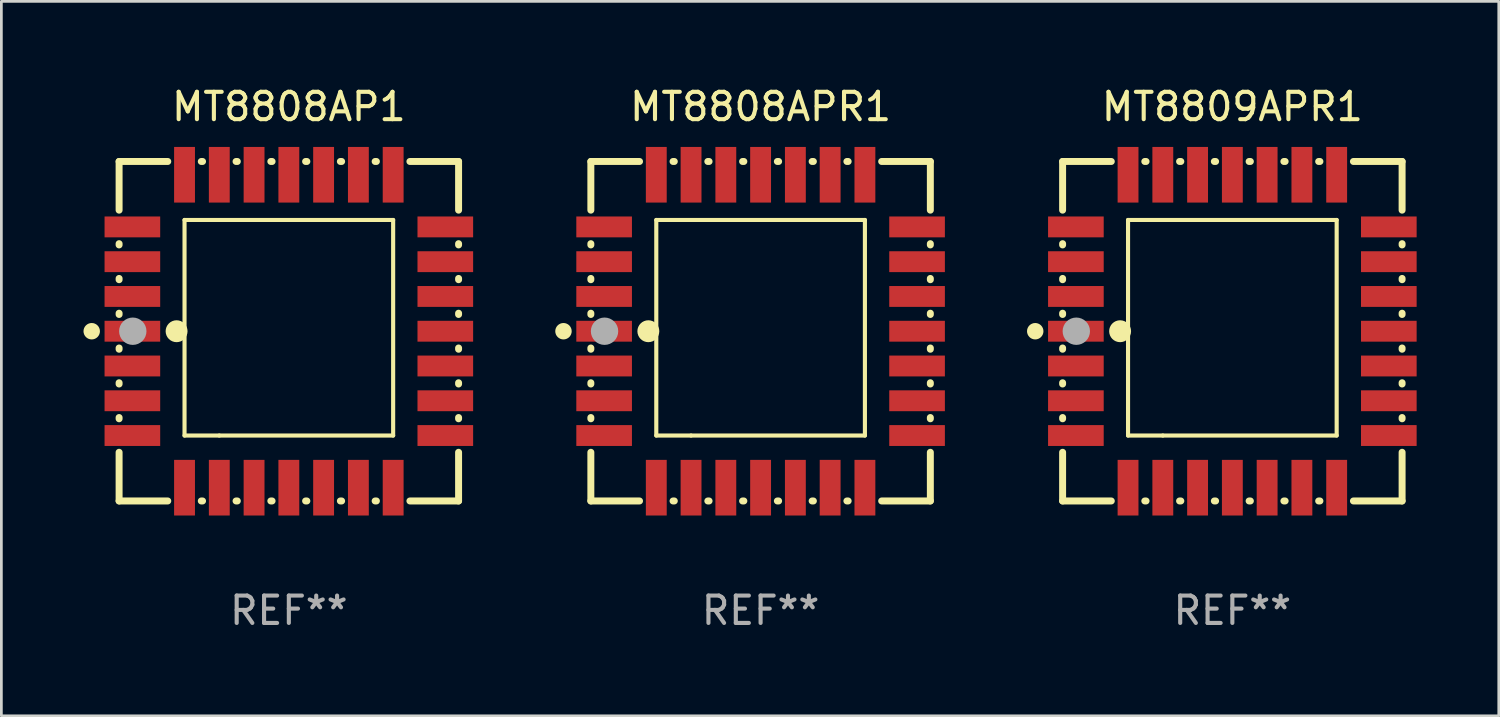
<source format=kicad_pcb>
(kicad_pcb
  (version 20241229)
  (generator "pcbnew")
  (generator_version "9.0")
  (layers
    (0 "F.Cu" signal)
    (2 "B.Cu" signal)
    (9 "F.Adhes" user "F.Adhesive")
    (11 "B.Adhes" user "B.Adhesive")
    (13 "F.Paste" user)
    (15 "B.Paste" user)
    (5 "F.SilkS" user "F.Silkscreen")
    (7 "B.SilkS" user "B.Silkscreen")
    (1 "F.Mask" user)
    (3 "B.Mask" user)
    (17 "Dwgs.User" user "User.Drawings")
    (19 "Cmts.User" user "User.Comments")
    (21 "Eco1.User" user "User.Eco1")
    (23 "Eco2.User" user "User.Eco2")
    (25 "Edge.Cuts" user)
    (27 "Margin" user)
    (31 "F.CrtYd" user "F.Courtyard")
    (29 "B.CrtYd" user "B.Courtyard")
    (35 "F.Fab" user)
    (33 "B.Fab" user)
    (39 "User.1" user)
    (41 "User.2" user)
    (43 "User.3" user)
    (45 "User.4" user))
  (footprint "MT8809APR1"
    (layer "F.Cu")
    (at 41.962 9.048)
    (property "Reference" "MT8809APR1" (at 0 -8.2 0) (layer "F.SilkS") (effects (font (size 1 1) (thickness 0.15))))
    (attr through_hole)
    (fp_line (start -6.2 -6.2) (end -4.422 -6.2) (stroke (width 0.254) (type solid)) (layer "F.SilkS"))
    (fp_line (start -6.2 -4.422) (end -6.2 -6.2) (stroke (width 0.254) (type solid)) (layer "F.SilkS"))
    (fp_line (start -6.2 -3.152) (end -6.2 -3.198) (stroke (width 0.254) (type solid)) (layer "F.SilkS"))
    (fp_line (start -6.2 -1.882) (end -6.2 -1.928) (stroke (width 0.254) (type solid)) (layer "F.SilkS"))
    (fp_line (start -6.2 -0.612) (end -6.2 -0.658) (stroke (width 0.254) (type solid)) (layer "F.SilkS"))
    (fp_line (start -6.2 0.658) (end -6.2 0.612) (stroke (width 0.254) (type solid)) (layer "F.SilkS"))
    (fp_line (start -6.2 1.928) (end -6.2 1.882) (stroke (width 0.254) (type solid)) (layer "F.SilkS"))
    (fp_line (start -6.2 3.198) (end -6.2 3.152) (stroke (width 0.254) (type solid)) (layer "F.SilkS"))
    (fp_line (start -6.2 6.2) (end -6.2 4.422) (stroke (width 0.254) (type solid)) (layer "F.SilkS"))
    (fp_line (start -4.422 6.2) (end -6.2 6.2) (stroke (width 0.254) (type solid)) (layer "F.SilkS"))
    (fp_line (start -3.81 -4.064) (end 3.81 -4.064) (stroke (width 0.15) (type solid)) (layer "F.SilkS"))
    (fp_line (start -3.81 3.81) (end -3.81 -4.064) (stroke (width 0.15) (type solid)) (layer "F.SilkS"))
    (fp_line (start -3.198 -6.2) (end -3.152 -6.2) (stroke (width 0.254) (type solid)) (layer "F.SilkS"))
    (fp_line (start -3.152 6.2) (end -3.198 6.2) (stroke (width 0.254) (type solid)) (layer "F.SilkS"))
    (fp_line (start -2.54 3.81) (end -3.81 3.81) (stroke (width 0.15) (type solid)) (layer "F.SilkS"))
    (fp_line (start -1.928 -6.2) (end -1.882 -6.2) (stroke (width 0.254) (type solid)) (layer "F.SilkS"))
    (fp_line (start -1.882 6.2) (end -1.928 6.2) (stroke (width 0.254) (type solid)) (layer "F.SilkS"))
    (fp_line (start -0.658 -6.2) (end -0.612 -6.2) (stroke (width 0.254) (type solid)) (layer "F.SilkS"))
    (fp_line (start -0.612 6.2) (end -0.658 6.2) (stroke (width 0.254) (type solid)) (layer "F.SilkS"))
    (fp_line (start 0.612 -6.2) (end 0.658 -6.2) (stroke (width 0.254) (type solid)) (layer "F.SilkS"))
    (fp_line (start 0.658 6.2) (end 0.612 6.2) (stroke (width 0.254) (type solid)) (layer "F.SilkS"))
    (fp_line (start 1.882 -6.2) (end 1.928 -6.2) (stroke (width 0.254) (type solid)) (layer "F.SilkS"))
    (fp_line (start 1.928 6.2) (end 1.882 6.2) (stroke (width 0.254) (type solid)) (layer "F.SilkS"))
    (fp_line (start 3.152 -6.2) (end 3.198 -6.2) (stroke (width 0.254) (type solid)) (layer "F.SilkS"))
    (fp_line (start 3.198 6.2) (end 3.152 6.2) (stroke (width 0.254) (type solid)) (layer "F.SilkS"))
    (fp_line (start 3.81 -4.064) (end 3.81 3.81) (stroke (width 0.15) (type solid)) (layer "F.SilkS"))
    (fp_line (start 3.81 3.81) (end -2.54 3.81) (stroke (width 0.15) (type solid)) (layer "F.SilkS"))
    (fp_line (start 4.422 -6.2) (end 6.2 -6.2) (stroke (width 0.254) (type solid)) (layer "F.SilkS"))
    (fp_line (start 6.2 -6.2) (end 6.2 -4.422) (stroke (width 0.254) (type solid)) (layer "F.SilkS"))
    (fp_line (start 6.2 -3.198) (end 6.2 -3.152) (stroke (width 0.254) (type solid)) (layer "F.SilkS"))
    (fp_line (start 6.2 -1.928) (end 6.2 -1.882) (stroke (width 0.254) (type solid)) (layer "F.SilkS"))
    (fp_line (start 6.2 -0.658) (end 6.2 -0.612) (stroke (width 0.254) (type solid)) (layer "F.SilkS"))
    (fp_line (start 6.2 0.612) (end 6.2 0.658) (stroke (width 0.254) (type solid)) (layer "F.SilkS"))
    (fp_line (start 6.2 1.882) (end 6.2 1.928) (stroke (width 0.254) (type solid)) (layer "F.SilkS"))
    (fp_line (start 6.2 3.152) (end 6.2 3.198) (stroke (width 0.254) (type solid)) (layer "F.SilkS"))
    (fp_line (start 6.2 4.422) (end 6.2 6.2) (stroke (width 0.254) (type solid)) (layer "F.SilkS"))
    (fp_line (start 6.2 6.2) (end 4.422 6.2) (stroke (width 0.254) (type solid)) (layer "F.SilkS"))
    (fp_circle (center -7.2 0) (end -7.05 0) (stroke (width 0.3) (type solid)) (fill no) (layer "F.SilkS"))
    (fp_circle (center -6.223 6.223) (end -6.193 6.223) (stroke (width 0.06) (type solid)) (fill no) (layer "F.SilkS"))
    (fp_circle (center -4.1 0) (end -3.9 0) (stroke (width 0.4) (type solid)) (fill no) (layer "F.SilkS"))
    (fp_circle (center -5.7 0) (end -5.45 0) (stroke (width 0.5) (type solid)) (fill no) (layer "F.Fab"))
    (fp_text user "REF**" (at 0 10.2 0) (layer "F.Fab") (effects (font (size 1 1) (thickness 0.15))))
    (pad "1" smd rect (at -5.715 0) (size 2.032 0.762) (layers "F.Cu" "F.Mask" "F.Paste"))
    (pad "2" smd rect (at -5.715 1.27) (size 2.032 0.762) (layers "F.Cu" "F.Mask" "F.Paste"))
    (pad "3" smd rect (at -5.715 2.54) (size 2.032 0.762) (layers "F.Cu" "F.Mask" "F.Paste"))
    (pad "4" smd rect (at -5.715 3.81) (size 2.032 0.762) (layers "F.Cu" "F.Mask" "F.Paste"))
    (pad "5" smd rect (at -3.81 5.715) (size 0.762 2.032) (layers "F.Cu" "F.Mask" "F.Paste"))
    (pad "6" smd rect (at -2.54 5.715) (size 0.762 2.032) (layers "F.Cu" "F.Mask" "F.Paste"))
    (pad "7" smd rect (at -1.27 5.715) (size 0.762 2.032) (layers "F.Cu" "F.Mask" "F.Paste"))
    (pad "8" smd rect (at 0 5.715) (size 0.762 2.032) (layers "F.Cu" "F.Mask" "F.Paste"))
    (pad "9" smd rect (at 1.27 5.715) (size 0.762 2.032) (layers "F.Cu" "F.Mask" "F.Paste"))
    (pad "10" smd rect (at 2.54 5.715) (size 0.762 2.032) (layers "F.Cu" "F.Mask" "F.Paste"))
    (pad "11" smd rect (at 3.81 5.715) (size 0.762 2.032) (layers "F.Cu" "F.Mask" "F.Paste"))
    (pad "12" smd rect (at 5.715 3.81) (size 2.032 0.762) (layers "F.Cu" "F.Mask" "F.Paste"))
    (pad "13" smd rect (at 5.715 2.54) (size 2.032 0.762) (layers "F.Cu" "F.Mask" "F.Paste"))
    (pad "14" smd rect (at 5.715 1.27) (size 2.032 0.762) (layers "F.Cu" "F.Mask" "F.Paste"))
    (pad "15" smd rect (at 5.715 0) (size 2.032 0.762) (layers "F.Cu" "F.Mask" "F.Paste"))
    (pad "16" smd rect (at 5.715 -1.27) (size 2.032 0.762) (layers "F.Cu" "F.Mask" "F.Paste"))
    (pad "17" smd rect (at 5.715 -2.54) (size 2.032 0.762) (layers "F.Cu" "F.Mask" "F.Paste"))
    (pad "18" smd rect (at 5.715 -3.81) (size 2.032 0.762) (layers "F.Cu" "F.Mask" "F.Paste"))
    (pad "19" smd rect (at 3.81 -5.715) (size 0.762 2.032) (layers "F.Cu" "F.Mask" "F.Paste"))
    (pad "20" smd rect (at 2.54 -5.715) (size 0.762 2.032) (layers "F.Cu" "F.Mask" "F.Paste"))
    (pad "21" smd rect (at 1.27 -5.715) (size 0.762 2.032) (layers "F.Cu" "F.Mask" "F.Paste"))
    (pad "22" smd rect (at 0 -5.715) (size 0.762 2.032) (layers "F.Cu" "F.Mask" "F.Paste"))
    (pad "23" smd rect (at -1.27 -5.715) (size 0.762 2.032) (layers "F.Cu" "F.Mask" "F.Paste"))
    (pad "24" smd rect (at -2.54 -5.715) (size 0.762 2.032) (layers "F.Cu" "F.Mask" "F.Paste"))
    (pad "25" smd rect (at -3.81 -5.715) (size 0.762 2.032) (layers "F.Cu" "F.Mask" "F.Paste"))
    (pad "26" smd rect (at -5.715 -3.81) (size 2.032 0.762) (layers "F.Cu" "F.Mask" "F.Paste"))
    (pad "27" smd rect (at -5.715 -2.54) (size 2.032 0.762) (layers "F.Cu" "F.Mask" "F.Paste"))
    (pad "28" smd rect (at -5.715 -1.27) (size 2.032 0.762) (layers "F.Cu" "F.Mask" "F.Paste")))
  (footprint "MT8808APR1"
    (layer "F.Cu")
    (at 24.731 9.048)
    (property "Reference" "MT8808APR1" (at 0 -8.2 0) (layer "F.SilkS") (effects (font (size 1 1) (thickness 0.15))))
    (attr through_hole)
    (fp_line (start -6.2 -6.2) (end -4.422 -6.2) (stroke (width 0.254) (type solid)) (layer "F.SilkS"))
    (fp_line (start -6.2 -4.422) (end -6.2 -6.2) (stroke (width 0.254) (type solid)) (layer "F.SilkS"))
    (fp_line (start -6.2 -3.152) (end -6.2 -3.198) (stroke (width 0.254) (type solid)) (layer "F.SilkS"))
    (fp_line (start -6.2 -1.882) (end -6.2 -1.928) (stroke (width 0.254) (type solid)) (layer "F.SilkS"))
    (fp_line (start -6.2 -0.612) (end -6.2 -0.658) (stroke (width 0.254) (type solid)) (layer "F.SilkS"))
    (fp_line (start -6.2 0.658) (end -6.2 0.612) (stroke (width 0.254) (type solid)) (layer "F.SilkS"))
    (fp_line (start -6.2 1.928) (end -6.2 1.882) (stroke (width 0.254) (type solid)) (layer "F.SilkS"))
    (fp_line (start -6.2 3.198) (end -6.2 3.152) (stroke (width 0.254) (type solid)) (layer "F.SilkS"))
    (fp_line (start -6.2 6.2) (end -6.2 4.422) (stroke (width 0.254) (type solid)) (layer "F.SilkS"))
    (fp_line (start -4.422 6.2) (end -6.2 6.2) (stroke (width 0.254) (type solid)) (layer "F.SilkS"))
    (fp_line (start -3.81 -4.064) (end 3.81 -4.064) (stroke (width 0.15) (type solid)) (layer "F.SilkS"))
    (fp_line (start -3.81 3.81) (end -3.81 -4.064) (stroke (width 0.15) (type solid)) (layer "F.SilkS"))
    (fp_line (start -3.198 -6.2) (end -3.152 -6.2) (stroke (width 0.254) (type solid)) (layer "F.SilkS"))
    (fp_line (start -3.152 6.2) (end -3.198 6.2) (stroke (width 0.254) (type solid)) (layer "F.SilkS"))
    (fp_line (start -2.54 3.81) (end -3.81 3.81) (stroke (width 0.15) (type solid)) (layer "F.SilkS"))
    (fp_line (start -1.928 -6.2) (end -1.882 -6.2) (stroke (width 0.254) (type solid)) (layer "F.SilkS"))
    (fp_line (start -1.882 6.2) (end -1.928 6.2) (stroke (width 0.254) (type solid)) (layer "F.SilkS"))
    (fp_line (start -0.658 -6.2) (end -0.612 -6.2) (stroke (width 0.254) (type solid)) (layer "F.SilkS"))
    (fp_line (start -0.612 6.2) (end -0.658 6.2) (stroke (width 0.254) (type solid)) (layer "F.SilkS"))
    (fp_line (start 0.612 -6.2) (end 0.658 -6.2) (stroke (width 0.254) (type solid)) (layer "F.SilkS"))
    (fp_line (start 0.658 6.2) (end 0.612 6.2) (stroke (width 0.254) (type solid)) (layer "F.SilkS"))
    (fp_line (start 1.882 -6.2) (end 1.928 -6.2) (stroke (width 0.254) (type solid)) (layer "F.SilkS"))
    (fp_line (start 1.928 6.2) (end 1.882 6.2) (stroke (width 0.254) (type solid)) (layer "F.SilkS"))
    (fp_line (start 3.152 -6.2) (end 3.198 -6.2) (stroke (width 0.254) (type solid)) (layer "F.SilkS"))
    (fp_line (start 3.198 6.2) (end 3.152 6.2) (stroke (width 0.254) (type solid)) (layer "F.SilkS"))
    (fp_line (start 3.81 -4.064) (end 3.81 3.81) (stroke (width 0.15) (type solid)) (layer "F.SilkS"))
    (fp_line (start 3.81 3.81) (end -2.54 3.81) (stroke (width 0.15) (type solid)) (layer "F.SilkS"))
    (fp_line (start 4.422 -6.2) (end 6.2 -6.2) (stroke (width 0.254) (type solid)) (layer "F.SilkS"))
    (fp_line (start 6.2 -6.2) (end 6.2 -4.422) (stroke (width 0.254) (type solid)) (layer "F.SilkS"))
    (fp_line (start 6.2 -3.198) (end 6.2 -3.152) (stroke (width 0.254) (type solid)) (layer "F.SilkS"))
    (fp_line (start 6.2 -1.928) (end 6.2 -1.882) (stroke (width 0.254) (type solid)) (layer "F.SilkS"))
    (fp_line (start 6.2 -0.658) (end 6.2 -0.612) (stroke (width 0.254) (type solid)) (layer "F.SilkS"))
    (fp_line (start 6.2 0.612) (end 6.2 0.658) (stroke (width 0.254) (type solid)) (layer "F.SilkS"))
    (fp_line (start 6.2 1.882) (end 6.2 1.928) (stroke (width 0.254) (type solid)) (layer "F.SilkS"))
    (fp_line (start 6.2 3.152) (end 6.2 3.198) (stroke (width 0.254) (type solid)) (layer "F.SilkS"))
    (fp_line (start 6.2 4.422) (end 6.2 6.2) (stroke (width 0.254) (type solid)) (layer "F.SilkS"))
    (fp_line (start 6.2 6.2) (end 4.422 6.2) (stroke (width 0.254) (type solid)) (layer "F.SilkS"))
    (fp_circle (center -7.2 0) (end -7.05 0) (stroke (width 0.3) (type solid)) (fill no) (layer "F.SilkS"))
    (fp_circle (center -6.223 6.223) (end -6.193 6.223) (stroke (width 0.06) (type solid)) (fill no) (layer "F.SilkS"))
    (fp_circle (center -4.1 0) (end -3.9 0) (stroke (width 0.4) (type solid)) (fill no) (layer "F.SilkS"))
    (fp_circle (center -5.7 0) (end -5.45 0) (stroke (width 0.5) (type solid)) (fill no) (layer "F.Fab"))
    (fp_text user "REF**" (at 0 10.2 0) (layer "F.Fab") (effects (font (size 1 1) (thickness 0.15))))
    (pad "1" smd rect (at -5.715 0) (size 2.032 0.762) (layers "F.Cu" "F.Mask" "F.Paste"))
    (pad "2" smd rect (at -5.715 1.27) (size 2.032 0.762) (layers "F.Cu" "F.Mask" "F.Paste"))
    (pad "3" smd rect (at -5.715 2.54) (size 2.032 0.762) (layers "F.Cu" "F.Mask" "F.Paste"))
    (pad "4" smd rect (at -5.715 3.81) (size 2.032 0.762) (layers "F.Cu" "F.Mask" "F.Paste"))
    (pad "5" smd rect (at -3.81 5.715) (size 0.762 2.032) (layers "F.Cu" "F.Mask" "F.Paste"))
    (pad "6" smd rect (at -2.54 5.715) (size 0.762 2.032) (layers "F.Cu" "F.Mask" "F.Paste"))
    (pad "7" smd rect (at -1.27 5.715) (size 0.762 2.032) (layers "F.Cu" "F.Mask" "F.Paste"))
    (pad "8" smd rect (at 0 5.715) (size 0.762 2.032) (layers "F.Cu" "F.Mask" "F.Paste"))
    (pad "9" smd rect (at 1.27 5.715) (size 0.762 2.032) (layers "F.Cu" "F.Mask" "F.Paste"))
    (pad "10" smd rect (at 2.54 5.715) (size 0.762 2.032) (layers "F.Cu" "F.Mask" "F.Paste"))
    (pad "11" smd rect (at 3.81 5.715) (size 0.762 2.032) (layers "F.Cu" "F.Mask" "F.Paste"))
    (pad "12" smd rect (at 5.715 3.81) (size 2.032 0.762) (layers "F.Cu" "F.Mask" "F.Paste"))
    (pad "13" smd rect (at 5.715 2.54) (size 2.032 0.762) (layers "F.Cu" "F.Mask" "F.Paste"))
    (pad "14" smd rect (at 5.715 1.27) (size 2.032 0.762) (layers "F.Cu" "F.Mask" "F.Paste"))
    (pad "15" smd rect (at 5.715 0) (size 2.032 0.762) (layers "F.Cu" "F.Mask" "F.Paste"))
    (pad "16" smd rect (at 5.715 -1.27) (size 2.032 0.762) (layers "F.Cu" "F.Mask" "F.Paste"))
    (pad "17" smd rect (at 5.715 -2.54) (size 2.032 0.762) (layers "F.Cu" "F.Mask" "F.Paste"))
    (pad "18" smd rect (at 5.715 -3.81) (size 2.032 0.762) (layers "F.Cu" "F.Mask" "F.Paste"))
    (pad "19" smd rect (at 3.81 -5.715) (size 0.762 2.032) (layers "F.Cu" "F.Mask" "F.Paste"))
    (pad "20" smd rect (at 2.54 -5.715) (size 0.762 2.032) (layers "F.Cu" "F.Mask" "F.Paste"))
    (pad "21" smd rect (at 1.27 -5.715) (size 0.762 2.032) (layers "F.Cu" "F.Mask" "F.Paste"))
    (pad "22" smd rect (at 0 -5.715) (size 0.762 2.032) (layers "F.Cu" "F.Mask" "F.Paste"))
    (pad "23" smd rect (at -1.27 -5.715) (size 0.762 2.032) (layers "F.Cu" "F.Mask" "F.Paste"))
    (pad "24" smd rect (at -2.54 -5.715) (size 0.762 2.032) (layers "F.Cu" "F.Mask" "F.Paste"))
    (pad "25" smd rect (at -3.81 -5.715) (size 0.762 2.032) (layers "F.Cu" "F.Mask" "F.Paste"))
    (pad "26" smd rect (at -5.715 -3.81) (size 2.032 0.762) (layers "F.Cu" "F.Mask" "F.Paste"))
    (pad "27" smd rect (at -5.715 -2.54) (size 2.032 0.762) (layers "F.Cu" "F.Mask" "F.Paste"))
    (pad "28" smd rect (at -5.715 -1.27) (size 2.032 0.762) (layers "F.Cu" "F.Mask" "F.Paste")))
  (footprint "MT8808AP1"
    (layer "F.Cu")
    (at 7.5 9.048)
    (property "Reference" "MT8808AP1" (at 0 -8.2 0) (layer "F.SilkS") (effects (font (size 1 1) (thickness 0.15))))
    (attr through_hole)
    (fp_line (start -6.2 -6.2) (end -4.422 -6.2) (stroke (width 0.254) (type solid)) (layer "F.SilkS"))
    (fp_line (start -6.2 -4.422) (end -6.2 -6.2) (stroke (width 0.254) (type solid)) (layer "F.SilkS"))
    (fp_line (start -6.2 -3.152) (end -6.2 -3.198) (stroke (width 0.254) (type solid)) (layer "F.SilkS"))
    (fp_line (start -6.2 -1.882) (end -6.2 -1.928) (stroke (width 0.254) (type solid)) (layer "F.SilkS"))
    (fp_line (start -6.2 -0.612) (end -6.2 -0.658) (stroke (width 0.254) (type solid)) (layer "F.SilkS"))
    (fp_line (start -6.2 0.658) (end -6.2 0.612) (stroke (width 0.254) (type solid)) (layer "F.SilkS"))
    (fp_line (start -6.2 1.928) (end -6.2 1.882) (stroke (width 0.254) (type solid)) (layer "F.SilkS"))
    (fp_line (start -6.2 3.198) (end -6.2 3.152) (stroke (width 0.254) (type solid)) (layer "F.SilkS"))
    (fp_line (start -6.2 6.2) (end -6.2 4.422) (stroke (width 0.254) (type solid)) (layer "F.SilkS"))
    (fp_line (start -4.422 6.2) (end -6.2 6.2) (stroke (width 0.254) (type solid)) (layer "F.SilkS"))
    (fp_line (start -3.81 -4.064) (end 3.81 -4.064) (stroke (width 0.15) (type solid)) (layer "F.SilkS"))
    (fp_line (start -3.81 3.81) (end -3.81 -4.064) (stroke (width 0.15) (type solid)) (layer "F.SilkS"))
    (fp_line (start -3.198 -6.2) (end -3.152 -6.2) (stroke (width 0.254) (type solid)) (layer "F.SilkS"))
    (fp_line (start -3.152 6.2) (end -3.198 6.2) (stroke (width 0.254) (type solid)) (layer "F.SilkS"))
    (fp_line (start -2.54 3.81) (end -3.81 3.81) (stroke (width 0.15) (type solid)) (layer "F.SilkS"))
    (fp_line (start -1.928 -6.2) (end -1.882 -6.2) (stroke (width 0.254) (type solid)) (layer "F.SilkS"))
    (fp_line (start -1.882 6.2) (end -1.928 6.2) (stroke (width 0.254) (type solid)) (layer "F.SilkS"))
    (fp_line (start -0.658 -6.2) (end -0.612 -6.2) (stroke (width 0.254) (type solid)) (layer "F.SilkS"))
    (fp_line (start -0.612 6.2) (end -0.658 6.2) (stroke (width 0.254) (type solid)) (layer "F.SilkS"))
    (fp_line (start 0.612 -6.2) (end 0.658 -6.2) (stroke (width 0.254) (type solid)) (layer "F.SilkS"))
    (fp_line (start 0.658 6.2) (end 0.612 6.2) (stroke (width 0.254) (type solid)) (layer "F.SilkS"))
    (fp_line (start 1.882 -6.2) (end 1.928 -6.2) (stroke (width 0.254) (type solid)) (layer "F.SilkS"))
    (fp_line (start 1.928 6.2) (end 1.882 6.2) (stroke (width 0.254) (type solid)) (layer "F.SilkS"))
    (fp_line (start 3.152 -6.2) (end 3.198 -6.2) (stroke (width 0.254) (type solid)) (layer "F.SilkS"))
    (fp_line (start 3.198 6.2) (end 3.152 6.2) (stroke (width 0.254) (type solid)) (layer "F.SilkS"))
    (fp_line (start 3.81 -4.064) (end 3.81 3.81) (stroke (width 0.15) (type solid)) (layer "F.SilkS"))
    (fp_line (start 3.81 3.81) (end -2.54 3.81) (stroke (width 0.15) (type solid)) (layer "F.SilkS"))
    (fp_line (start 4.422 -6.2) (end 6.2 -6.2) (stroke (width 0.254) (type solid)) (layer "F.SilkS"))
    (fp_line (start 6.2 -6.2) (end 6.2 -4.422) (stroke (width 0.254) (type solid)) (layer "F.SilkS"))
    (fp_line (start 6.2 -3.198) (end 6.2 -3.152) (stroke (width 0.254) (type solid)) (layer "F.SilkS"))
    (fp_line (start 6.2 -1.928) (end 6.2 -1.882) (stroke (width 0.254) (type solid)) (layer "F.SilkS"))
    (fp_line (start 6.2 -0.658) (end 6.2 -0.612) (stroke (width 0.254) (type solid)) (layer "F.SilkS"))
    (fp_line (start 6.2 0.612) (end 6.2 0.658) (stroke (width 0.254) (type solid)) (layer "F.SilkS"))
    (fp_line (start 6.2 1.882) (end 6.2 1.928) (stroke (width 0.254) (type solid)) (layer "F.SilkS"))
    (fp_line (start 6.2 3.152) (end 6.2 3.198) (stroke (width 0.254) (type solid)) (layer "F.SilkS"))
    (fp_line (start 6.2 4.422) (end 6.2 6.2) (stroke (width 0.254) (type solid)) (layer "F.SilkS"))
    (fp_line (start 6.2 6.2) (end 4.422 6.2) (stroke (width 0.254) (type solid)) (layer "F.SilkS"))
    (fp_circle (center -7.2 0) (end -7.05 0) (stroke (width 0.3) (type solid)) (fill no) (layer "F.SilkS"))
    (fp_circle (center -6.223 6.223) (end -6.193 6.223) (stroke (width 0.06) (type solid)) (fill no) (layer "F.SilkS"))
    (fp_circle (center -4.1 0) (end -3.9 0) (stroke (width 0.4) (type solid)) (fill no) (layer "F.SilkS"))
    (fp_circle (center -5.7 0) (end -5.45 0) (stroke (width 0.5) (type solid)) (fill no) (layer "F.Fab"))
    (fp_text user "REF**" (at 0 10.2 0) (layer "F.Fab") (effects (font (size 1 1) (thickness 0.15))))
    (pad "1" smd rect (at -5.715 0) (size 2.032 0.762) (layers "F.Cu" "F.Mask" "F.Paste"))
    (pad "2" smd rect (at -5.715 1.27) (size 2.032 0.762) (layers "F.Cu" "F.Mask" "F.Paste"))
    (pad "3" smd rect (at -5.715 2.54) (size 2.032 0.762) (layers "F.Cu" "F.Mask" "F.Paste"))
    (pad "4" smd rect (at -5.715 3.81) (size 2.032 0.762) (layers "F.Cu" "F.Mask" "F.Paste"))
    (pad "5" smd rect (at -3.81 5.715) (size 0.762 2.032) (layers "F.Cu" "F.Mask" "F.Paste"))
    (pad "6" smd rect (at -2.54 5.715) (size 0.762 2.032) (layers "F.Cu" "F.Mask" "F.Paste"))
    (pad "7" smd rect (at -1.27 5.715) (size 0.762 2.032) (layers "F.Cu" "F.Mask" "F.Paste"))
    (pad "8" smd rect (at 0 5.715) (size 0.762 2.032) (layers "F.Cu" "F.Mask" "F.Paste"))
    (pad "9" smd rect (at 1.27 5.715) (size 0.762 2.032) (layers "F.Cu" "F.Mask" "F.Paste"))
    (pad "10" smd rect (at 2.54 5.715) (size 0.762 2.032) (layers "F.Cu" "F.Mask" "F.Paste"))
    (pad "11" smd rect (at 3.81 5.715) (size 0.762 2.032) (layers "F.Cu" "F.Mask" "F.Paste"))
    (pad "12" smd rect (at 5.715 3.81) (size 2.032 0.762) (layers "F.Cu" "F.Mask" "F.Paste"))
    (pad "13" smd rect (at 5.715 2.54) (size 2.032 0.762) (layers "F.Cu" "F.Mask" "F.Paste"))
    (pad "14" smd rect (at 5.715 1.27) (size 2.032 0.762) (layers "F.Cu" "F.Mask" "F.Paste"))
    (pad "15" smd rect (at 5.715 0) (size 2.032 0.762) (layers "F.Cu" "F.Mask" "F.Paste"))
    (pad "16" smd rect (at 5.715 -1.27) (size 2.032 0.762) (layers "F.Cu" "F.Mask" "F.Paste"))
    (pad "17" smd rect (at 5.715 -2.54) (size 2.032 0.762) (layers "F.Cu" "F.Mask" "F.Paste"))
    (pad "18" smd rect (at 5.715 -3.81) (size 2.032 0.762) (layers "F.Cu" "F.Mask" "F.Paste"))
    (pad "19" smd rect (at 3.81 -5.715) (size 0.762 2.032) (layers "F.Cu" "F.Mask" "F.Paste"))
    (pad "20" smd rect (at 2.54 -5.715) (size 0.762 2.032) (layers "F.Cu" "F.Mask" "F.Paste"))
    (pad "21" smd rect (at 1.27 -5.715) (size 0.762 2.032) (layers "F.Cu" "F.Mask" "F.Paste"))
    (pad "22" smd rect (at 0 -5.715) (size 0.762 2.032) (layers "F.Cu" "F.Mask" "F.Paste"))
    (pad "23" smd rect (at -1.27 -5.715) (size 0.762 2.032) (layers "F.Cu" "F.Mask" "F.Paste"))
    (pad "24" smd rect (at -2.54 -5.715) (size 0.762 2.032) (layers "F.Cu" "F.Mask" "F.Paste"))
    (pad "25" smd rect (at -3.81 -5.715) (size 0.762 2.032) (layers "F.Cu" "F.Mask" "F.Paste"))
    (pad "26" smd rect (at -5.715 -3.81) (size 2.032 0.762) (layers "F.Cu" "F.Mask" "F.Paste"))
    (pad "27" smd rect (at -5.715 -2.54) (size 2.032 0.762) (layers "F.Cu" "F.Mask" "F.Paste"))
    (pad "28" smd rect (at -5.715 -1.27) (size 2.032 0.762) (layers "F.Cu" "F.Mask" "F.Paste")))
  (gr_rect
    (start -3 -3)
    (end 51.693 23.096)
    (stroke (width 0.1) (type default))
    (fill no)
    (layer "Edge.Cuts")))
</source>
